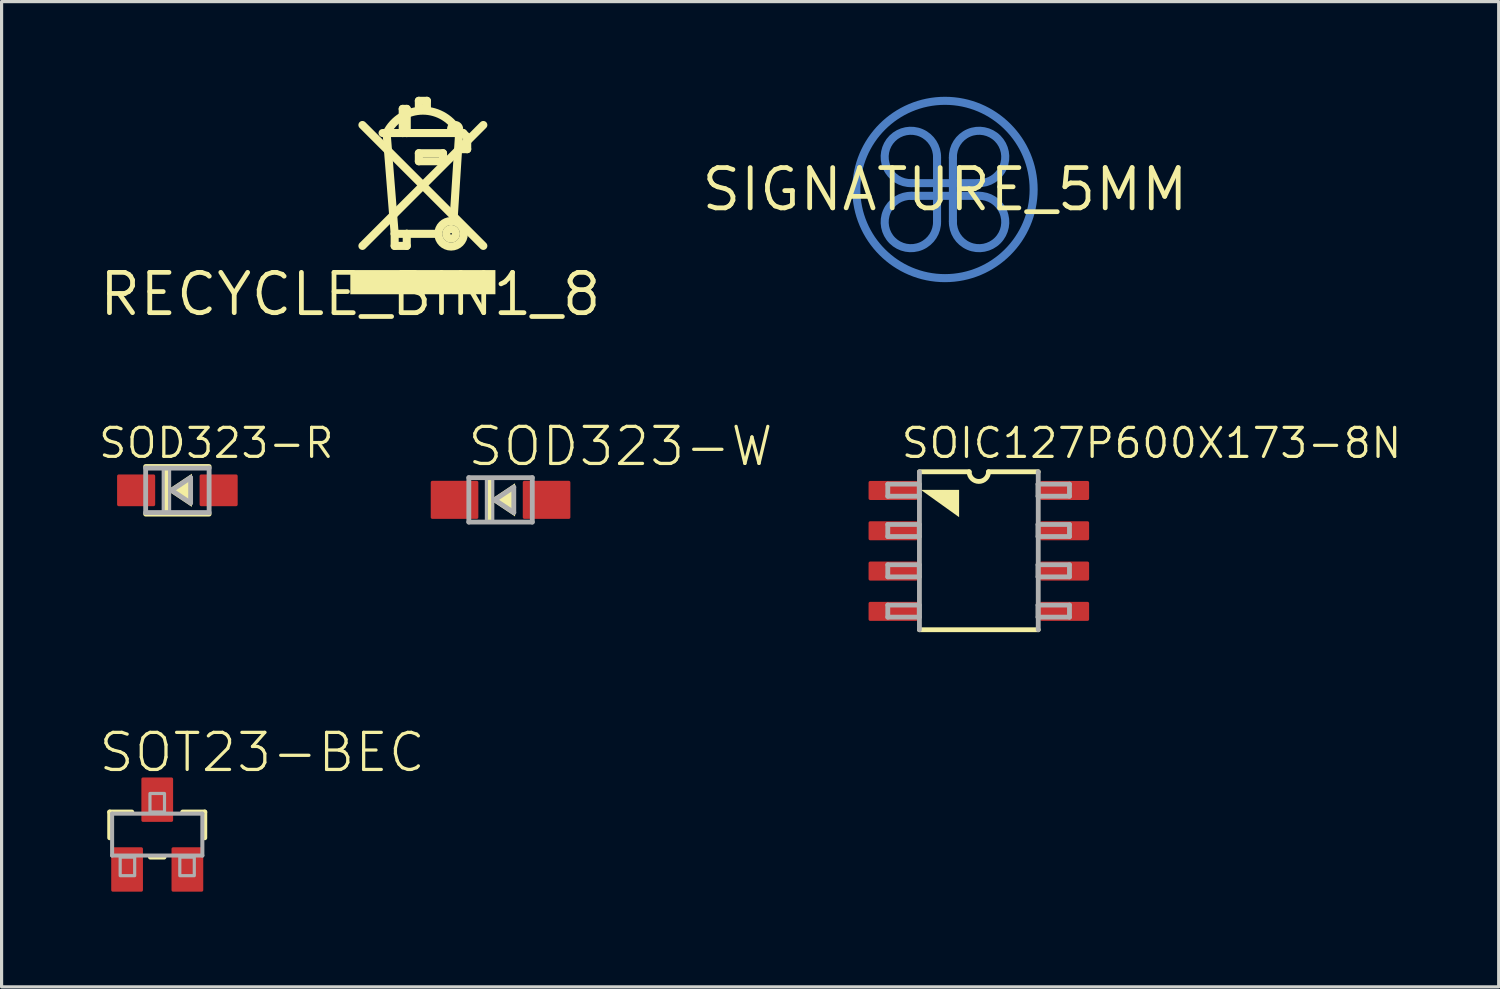
<source format=kicad_pcb>
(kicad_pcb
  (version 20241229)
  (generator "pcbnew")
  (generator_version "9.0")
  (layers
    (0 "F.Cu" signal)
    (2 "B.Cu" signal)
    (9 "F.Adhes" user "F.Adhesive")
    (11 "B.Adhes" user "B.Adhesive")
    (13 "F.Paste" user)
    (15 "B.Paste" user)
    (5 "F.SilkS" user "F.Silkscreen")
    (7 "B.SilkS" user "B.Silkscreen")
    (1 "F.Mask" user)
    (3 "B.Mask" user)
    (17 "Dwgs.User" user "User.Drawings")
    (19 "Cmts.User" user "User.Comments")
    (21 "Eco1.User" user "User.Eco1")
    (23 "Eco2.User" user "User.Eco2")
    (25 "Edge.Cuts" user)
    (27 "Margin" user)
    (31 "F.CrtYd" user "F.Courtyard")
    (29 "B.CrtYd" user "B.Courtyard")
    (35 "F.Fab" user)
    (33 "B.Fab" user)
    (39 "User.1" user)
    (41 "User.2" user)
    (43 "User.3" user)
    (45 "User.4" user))
  (footprint "RECYCLE_BIN1_8"
    (layer "F.Cu")
    (at 7.99 6.223)
    (property "Reference" "RECYCLE_BIN1_8" (at 0 0 0) (layer "F.SilkS") (effects (font (size 1.27 1.27) (thickness 0.15))))
    (fp_line (start 0.381 -5.334) (end 4.191 -1.524) (stroke (width 0.254) (type solid)) (layer "F.SilkS"))
    (fp_line (start 1.143 -5.08) (end 1.016 -5.08) (stroke (width 0.254) (type solid)) (layer "F.SilkS"))
    (fp_line (start 1.143 -5.08) (end 1.651 -5.08) (stroke (width 0.254) (type solid)) (layer "F.SilkS"))
    (fp_line (start 1.397 -1.905) (end 1.143 -5.08) (stroke (width 0.254) (type solid)) (layer "F.SilkS"))
    (fp_line (start 1.397 -1.905) (end 1.397 -1.524) (stroke (width 0.254) (type solid)) (layer "F.SilkS"))
    (fp_line (start 1.397 -1.524) (end 1.778 -1.524) (stroke (width 0.254) (type solid)) (layer "F.SilkS"))
    (fp_line (start 1.651 -5.842) (end 1.651 -5.08) (stroke (width 0.254) (type solid)) (layer "F.SilkS"))
    (fp_line (start 1.651 -5.842) (end 1.778 -5.842) (stroke (width 0.254) (type solid)) (layer "F.SilkS"))
    (fp_line (start 1.651 -5.08) (end 1.778 -5.08) (stroke (width 0.254) (type solid)) (layer "F.SilkS"))
    (fp_line (start 1.778 -5.842) (end 1.778 -5.08) (stroke (width 0.254) (type solid)) (layer "F.SilkS"))
    (fp_line (start 1.778 -5.08) (end 3.429 -5.08) (stroke (width 0.254) (type solid)) (layer "F.SilkS"))
    (fp_line (start 1.778 -1.905) (end 1.397 -1.905) (stroke (width 0.254) (type solid)) (layer "F.SilkS"))
    (fp_line (start 1.778 -1.524) (end 1.778 -1.905) (stroke (width 0.254) (type solid)) (layer "F.SilkS"))
    (fp_line (start 2.159 -6.096) (end 2.159 -5.842) (stroke (width 0.254) (type solid)) (layer "F.SilkS"))
    (fp_line (start 2.159 -5.842) (end 2.413 -5.842) (stroke (width 0.254) (type solid)) (layer "F.SilkS"))
    (fp_line (start 2.159 -4.445) (end 2.159 -4.191) (stroke (width 0.254) (type solid)) (layer "F.SilkS"))
    (fp_line (start 2.159 -4.191) (end 2.921 -4.191) (stroke (width 0.254) (type solid)) (layer "F.SilkS"))
    (fp_line (start 2.413 -6.096) (end 2.159 -6.096) (stroke (width 0.254) (type solid)) (layer "F.SilkS"))
    (fp_line (start 2.413 -5.842) (end 2.413 -6.096) (stroke (width 0.254) (type solid)) (layer "F.SilkS"))
    (fp_line (start 2.769 -1.905) (end 1.778 -1.905) (stroke (width 0.254) (type solid)) (layer "F.SilkS"))
    (fp_line (start 2.921 -4.445) (end 2.159 -4.445) (stroke (width 0.254) (type solid)) (layer "F.SilkS"))
    (fp_line (start 2.921 -4.191) (end 2.921 -4.445) (stroke (width 0.254) (type solid)) (layer "F.SilkS"))
    (fp_line (start 3.429 -5.08) (end 3.251 -2.311) (stroke (width 0.254) (type solid)) (layer "F.SilkS"))
    (fp_line (start 3.429 -5.08) (end 3.556 -5.08) (stroke (width 0.254) (type solid)) (layer "F.SilkS"))
    (fp_line (start 3.429 -4.572) (end 0.381 -1.524) (stroke (width 0.254) (type solid)) (layer "F.SilkS"))
    (fp_line (start 3.556 -5.08) (end 3.683 -4.953) (stroke (width 0.254) (type solid)) (layer "F.SilkS"))
    (fp_line (start 3.683 -4.953) (end 3.683 -4.572) (stroke (width 0.254) (type solid)) (layer "F.SilkS"))
    (fp_line (start 3.683 -4.572) (end 3.429 -4.572) (stroke (width 0.254) (type solid)) (layer "F.SilkS"))
    (fp_line (start 4.191 -5.334) (end 3.429 -4.572) (stroke (width 0.254) (type solid)) (layer "F.SilkS"))
    (fp_arc (start 1.143 -5.08) (mid 2.286 -5.786413) (end 3.429 -5.08) (stroke (width 0.254) (type solid)) (layer "F.SilkS"))
    (fp_circle (center 3.175 -1.905) (end 3.2 -1.905) (stroke (width 0.254) (type solid)) (fill no) (layer "F.SilkS"))
    (fp_circle (center 3.175 -1.905) (end 3.577 -1.905) (stroke (width 0.254) (type solid)) (fill no) (layer "F.SilkS"))
    (fp_circle (center 3.302 -5.207) (end 3.429 -5.207) (stroke (width 0.254) (type solid)) (fill no) (layer "F.SilkS"))
    (fp_poly (pts (xy 0 0) (xy 4.572 0) (xy 4.572 -0.762) (xy 0 -0.762)) (stroke (width 0) (type solid)) (fill yes) (layer "F.SilkS")))
  (footprint "SOD323-W"
    (layer "F.Cu")
    (at 12.724 12.702)
    (property "Reference" "SOD323-W" (at -1.1 -1 0) (layer "F.SilkS") (effects (font (size 1.168 1.168) (thickness 0.102)) (justify left bottom)))
    (fp_poly (pts (xy 0.457 0.523) (xy -0.328 0) (xy 0.457 -0.523)) (stroke (width 0) (type solid)) (fill yes) (layer "F.SilkS"))
    (fp_poly (pts (xy -0.446 0.7) (xy -0.246 0.7) (xy -0.246 -0.7) (xy -0.446 -0.7)) (stroke (width 0) (type solid)) (fill yes) (layer "F.SilkS"))
    (fp_line (start -1 -0.7) (end 1 -0.7) (stroke (width 0.152) (type solid)) (layer "F.Fab"))
    (fp_line (start -1 0.7) (end -1 -0.7) (stroke (width 0.152) (type solid)) (layer "F.Fab"))
    (fp_line (start -0.182 0) (end 0.417 -0.4) (stroke (width 0.152) (type solid)) (layer "F.Fab"))
    (fp_line (start 0.417 -0.4) (end 0.417 0.4) (stroke (width 0.152) (type solid)) (layer "F.Fab"))
    (fp_line (start 0.417 0.4) (end -0.182 0) (stroke (width 0.152) (type solid)) (layer "F.Fab"))
    (fp_line (start 1 -0.7) (end 1 0.7) (stroke (width 0.152) (type solid)) (layer "F.Fab"))
    (fp_line (start 1 0.7) (end -1 0.7) (stroke (width 0.152) (type solid)) (layer "F.Fab"))
    (fp_poly (pts (xy -0.446 0.7) (xy -0.246 0.7) (xy -0.246 -0.7) (xy -0.446 -0.7)) (stroke (width 0.1) (type solid)) (fill no) (layer "F.Fab"))
    (pad "A" smd roundrect (at 1.45 0) (size 1.5 1.2) (layers "F.Cu" "F.Mask" "F.Paste") (roundrect_rratio 0.042))
    (pad "C" smd roundrect (at -1.45 0) (size 1.5 1.2) (layers "F.Cu" "F.Mask" "F.Paste") (roundrect_rratio 0.042)))
  (footprint "SIGNATURE_5MM"
    (layer "F.Cu")
    (at 26.729 2.921)
    (property "Reference" "SIGNATURE_5MM" (at 0 0 0) (layer "F.SilkS") (effects (font (size 1.27 1.27) (thickness 0.15))))
    (fp_line (start -1.05 -0.2) (end 1.05 -0.2) (stroke (width 0.254) (type solid)) (layer "B.Cu"))
    (fp_line (start -1.05 0.2) (end 1.05 0.2) (stroke (width 0.254) (type solid)) (layer "B.Cu"))
    (fp_line (start -0.25 -1) (end -0.25 1) (stroke (width 0.254) (type solid)) (layer "B.Cu"))
    (fp_line (start 0.25 -1) (end 0.25 1) (stroke (width 0.254) (type solid)) (layer "B.Cu"))
    (fp_arc (start -1.05 -0.2) (mid -1.658623 -1.608625) (end -0.25 -0.999998) (stroke (width 0.254) (type solid)) (layer "B.Cu"))
    (fp_arc (start -0.25 1) (mid -1.658625 1.608623) (end -1.049998 0.2) (stroke (width 0.254) (type solid)) (layer "B.Cu"))
    (fp_arc (start 0.25 -1) (mid 1.658625 -1.608623) (end 1.049998 -0.2) (stroke (width 0.254) (type solid)) (layer "B.Cu"))
    (fp_arc (start 1.05 0.2) (mid 1.658623 1.608625) (end 0.25 0.999998) (stroke (width 0.254) (type solid)) (layer "B.Cu"))
    (fp_circle (center 0 0) (end 2.794 0) (stroke (width 0.254) (type solid)) (fill no) (layer "B.Cu")))
  (footprint "SOD323-R"
    (layer "F.Cu")
    (at 2.54 12.401)
    (property "Reference" "SOD323-R" (at -2.54 -0.953 0) (layer "F.SilkS") (effects (font (size 0.914 0.914) (thickness 0.102)) (justify left bottom)))
    (fp_line (start -1 -0.75) (end 1 -0.75) (stroke (width 0.152) (type solid)) (layer "F.SilkS"))
    (fp_line (start 1 0.75) (end -1 0.75) (stroke (width 0.152) (type solid)) (layer "F.SilkS"))
    (fp_poly (pts (xy 0.457 0.523) (xy -0.328 0) (xy 0.457 -0.523)) (stroke (width 0) (type solid)) (fill yes) (layer "F.SilkS"))
    (fp_poly (pts (xy -0.446 0.7) (xy -0.246 0.7) (xy -0.246 -0.7) (xy -0.446 -0.7)) (stroke (width 0) (type solid)) (fill yes) (layer "F.SilkS"))
    (fp_line (start -1 -0.7) (end 1 -0.7) (stroke (width 0.152) (type solid)) (layer "F.Fab"))
    (fp_line (start -1 0.7) (end -1 -0.7) (stroke (width 0.152) (type solid)) (layer "F.Fab"))
    (fp_line (start -0.182 0) (end 0.417 -0.4) (stroke (width 0.152) (type solid)) (layer "F.Fab"))
    (fp_line (start 0.417 -0.4) (end 0.417 0.4) (stroke (width 0.152) (type solid)) (layer "F.Fab"))
    (fp_line (start 0.417 0.4) (end -0.182 0) (stroke (width 0.152) (type solid)) (layer "F.Fab"))
    (fp_line (start 1 -0.7) (end 1 0.7) (stroke (width 0.152) (type solid)) (layer "F.Fab"))
    (fp_line (start 1 0.7) (end -1 0.7) (stroke (width 0.152) (type solid)) (layer "F.Fab"))
    (fp_poly (pts (xy -0.446 0.7) (xy -0.246 0.7) (xy -0.246 -0.7) (xy -0.446 -0.7)) (stroke (width 0.1) (type solid)) (fill no) (layer "F.Fab"))
    (pad "A" smd roundrect (at 1.3 0) (size 1.2 1) (layers "F.Cu" "F.Mask" "F.Paste") (roundrect_rratio 0.051))
    (pad "C" smd roundrect (at -1.3 0) (size 1.2 1) (layers "F.Cu" "F.Mask" "F.Paste") (roundrect_rratio 0.051)))
  (footprint "SOIC127P600X173-8N"
    (layer "F.Cu")
    (at 27.796 14.306)
    (property "Reference" "SOIC127P600X173-8N" (at -2.502 -2.857 0) (layer "F.SilkS") (effects (font (size 0.914 0.914) (thickness 0.102)) (justify left bottom)))
    (fp_line (start -1.872 2.489) (end 1.872 2.489) (stroke (width 0.152) (type solid)) (layer "F.SilkS"))
    (fp_line (start -0.305 -2.489) (end -1.872 -2.489) (stroke (width 0.152) (type solid)) (layer "F.SilkS"))
    (fp_line (start 1.872 -2.489) (end 0.305 -2.489) (stroke (width 0.152) (type solid)) (layer "F.SilkS"))
    (fp_arc (start 0.3048 -2.4892) (mid 0 -2.1844) (end -0.3048 -2.4892) (stroke (width 0.1524) (type solid)) (layer "F.SilkS"))
    (fp_poly (pts (xy -0.622 -1.058) (xy -1.825 -1.918) (xy -0.622 -1.918)) (stroke (width 0) (type solid)) (fill yes) (layer "F.SilkS"))
    (fp_line (start -2.869 -2.099) (end -2.869 -1.718) (stroke (width 0.152) (type solid)) (layer "F.Fab"))
    (fp_line (start -2.869 -1.718) (end -1.878 -1.718) (stroke (width 0.152) (type solid)) (layer "F.Fab"))
    (fp_line (start -2.869 -0.829) (end -2.869 -0.448) (stroke (width 0.152) (type solid)) (layer "F.Fab"))
    (fp_line (start -2.869 -0.448) (end -1.878 -0.448) (stroke (width 0.152) (type solid)) (layer "F.Fab"))
    (fp_line (start -2.869 0.441) (end -2.869 0.822) (stroke (width 0.152) (type solid)) (layer "F.Fab"))
    (fp_line (start -2.869 0.822) (end -1.878 0.822) (stroke (width 0.152) (type solid)) (layer "F.Fab"))
    (fp_line (start -2.869 1.711) (end -2.869 2.092) (stroke (width 0.152) (type solid)) (layer "F.Fab"))
    (fp_line (start -2.869 2.092) (end -1.878 2.092) (stroke (width 0.152) (type solid)) (layer "F.Fab"))
    (fp_line (start -1.878 -2.099) (end -2.869 -2.099) (stroke (width 0.152) (type solid)) (layer "F.Fab"))
    (fp_line (start -1.878 -1.718) (end -1.878 -2.099) (stroke (width 0.152) (type solid)) (layer "F.Fab"))
    (fp_line (start -1.878 -0.829) (end -2.869 -0.829) (stroke (width 0.152) (type solid)) (layer "F.Fab"))
    (fp_line (start -1.878 -0.448) (end -1.878 -0.829) (stroke (width 0.152) (type solid)) (layer "F.Fab"))
    (fp_line (start -1.878 0.441) (end -2.869 0.441) (stroke (width 0.152) (type solid)) (layer "F.Fab"))
    (fp_line (start -1.878 0.822) (end -1.878 0.441) (stroke (width 0.152) (type solid)) (layer "F.Fab"))
    (fp_line (start -1.878 1.711) (end -2.869 1.711) (stroke (width 0.152) (type solid)) (layer "F.Fab"))
    (fp_line (start -1.878 2.092) (end -1.878 1.711) (stroke (width 0.152) (type solid)) (layer "F.Fab"))
    (fp_line (start -1.872 2.489) (end -1.872 -2.489) (stroke (width 0.152) (type solid)) (layer "F.Fab"))
    (fp_line (start 1.865 -2.099) (end 1.865 -1.718) (stroke (width 0.152) (type solid)) (layer "F.Fab"))
    (fp_line (start 1.865 -1.718) (end 2.856 -1.718) (stroke (width 0.152) (type solid)) (layer "F.Fab"))
    (fp_line (start 1.865 -0.829) (end 1.865 -0.448) (stroke (width 0.152) (type solid)) (layer "F.Fab"))
    (fp_line (start 1.865 -0.448) (end 2.856 -0.448) (stroke (width 0.152) (type solid)) (layer "F.Fab"))
    (fp_line (start 1.865 0.441) (end 1.865 0.822) (stroke (width 0.152) (type solid)) (layer "F.Fab"))
    (fp_line (start 1.865 0.822) (end 2.856 0.822) (stroke (width 0.152) (type solid)) (layer "F.Fab"))
    (fp_line (start 1.865 1.711) (end 1.865 2.092) (stroke (width 0.152) (type solid)) (layer "F.Fab"))
    (fp_line (start 1.865 2.092) (end 2.856 2.092) (stroke (width 0.152) (type solid)) (layer "F.Fab"))
    (fp_line (start 1.872 2.489) (end 1.872 -2.489) (stroke (width 0.152) (type solid)) (layer "F.Fab"))
    (fp_line (start 2.856 -2.099) (end 1.865 -2.099) (stroke (width 0.152) (type solid)) (layer "F.Fab"))
    (fp_line (start 2.856 -1.718) (end 2.856 -2.099) (stroke (width 0.152) (type solid)) (layer "F.Fab"))
    (fp_line (start 2.856 -0.829) (end 1.865 -0.829) (stroke (width 0.152) (type solid)) (layer "F.Fab"))
    (fp_line (start 2.856 -0.448) (end 2.856 -0.829) (stroke (width 0.152) (type solid)) (layer "F.Fab"))
    (fp_line (start 2.856 0.441) (end 1.865 0.441) (stroke (width 0.152) (type solid)) (layer "F.Fab"))
    (fp_line (start 2.856 0.822) (end 2.856 0.441) (stroke (width 0.152) (type solid)) (layer "F.Fab"))
    (fp_line (start 2.856 1.711) (end 1.865 1.711) (stroke (width 0.152) (type solid)) (layer "F.Fab"))
    (fp_line (start 2.856 2.092) (end 2.856 1.711) (stroke (width 0.152) (type solid)) (layer "F.Fab"))
    (pad "1" smd roundrect (at -2.7 -1.9) (size 1.55 0.6) (layers "F.Cu" "F.Mask" "F.Paste") (roundrect_rratio 0.085))
    (pad "2" smd roundrect (at -2.7 -0.63) (size 1.55 0.6) (layers "F.Cu" "F.Mask" "F.Paste") (roundrect_rratio 0.085))
    (pad "3" smd roundrect (at -2.7 0.64) (size 1.55 0.6) (layers "F.Cu" "F.Mask" "F.Paste") (roundrect_rratio 0.085))
    (pad "4" smd roundrect (at -2.7 1.91) (size 1.55 0.6) (layers "F.Cu" "F.Mask" "F.Paste") (roundrect_rratio 0.085))
    (pad "5" smd roundrect (at 2.7 1.91) (size 1.55 0.6) (layers "F.Cu" "F.Mask" "F.Paste") (roundrect_rratio 0.085))
    (pad "6" smd roundrect (at 2.7 0.64) (size 1.55 0.6) (layers "F.Cu" "F.Mask" "F.Paste") (roundrect_rratio 0.085))
    (pad "7" smd roundrect (at 2.7 -0.63) (size 1.55 0.6) (layers "F.Cu" "F.Mask" "F.Paste") (roundrect_rratio 0.085))
    (pad "8" smd roundrect (at 2.7 -1.9) (size 1.55 0.6) (layers "F.Cu" "F.Mask" "F.Paste") (roundrect_rratio 0.085)))
  (footprint "SOT23-BEC"
    (layer "F.Cu")
    (at 1.905 23.25)
    (property "Reference" "SOT23-BEC" (at -1.905 -1.905 0) (layer "F.SilkS") (effects (font (size 1.168 1.168) (thickness 0.102)) (justify left bottom)))
    (fp_line (start -1.499 -0.711) (end -1.499 0.102) (stroke (width 0.152) (type solid)) (layer "F.SilkS"))
    (fp_line (start -0.8 -0.711) (end -1.499 -0.711) (stroke (width 0.152) (type solid)) (layer "F.SilkS"))
    (fp_line (start -0.216 0.711) (end 0.216 0.711) (stroke (width 0.152) (type solid)) (layer "F.SilkS"))
    (fp_line (start 1.499 -0.711) (end 0.8 -0.711) (stroke (width 0.152) (type solid)) (layer "F.SilkS"))
    (fp_line (start 1.499 0.102) (end 1.499 -0.711) (stroke (width 0.152) (type solid)) (layer "F.SilkS"))
    (fp_line (start -1.422 -0.66) (end 1.422 -0.66) (stroke (width 0.127) (type solid)) (layer "F.Fab"))
    (fp_line (start -1.422 0.66) (end -1.422 -0.66) (stroke (width 0.127) (type solid)) (layer "F.Fab"))
    (fp_line (start 1.422 -0.66) (end 1.422 0.66) (stroke (width 0.127) (type solid)) (layer "F.Fab"))
    (fp_line (start 1.422 0.66) (end -1.422 0.66) (stroke (width 0.127) (type solid)) (layer "F.Fab"))
    (fp_poly (pts (xy -1.168 1.295) (xy -0.711 1.295) (xy -0.711 0.711) (xy -1.168 0.711)) (stroke (width 0.1) (type solid)) (fill no) (layer "F.Fab"))
    (fp_poly (pts (xy -0.229 -0.711) (xy 0.229 -0.711) (xy 0.229 -1.295) (xy -0.229 -1.295)) (stroke (width 0.1) (type solid)) (fill no) (layer "F.Fab"))
    (fp_poly (pts (xy 0.711 1.295) (xy 1.168 1.295) (xy 1.168 0.711) (xy 0.711 0.711)) (stroke (width 0.1) (type solid)) (fill no) (layer "F.Fab"))
    (pad "B" smd roundrect (at -0.95 1.1) (size 1 1.4) (layers "F.Cu" "F.Mask" "F.Paste") (roundrect_rratio 0.051))
    (pad "C" smd roundrect (at 0 -1.1) (size 1 1.4) (layers "F.Cu" "F.Mask" "F.Paste") (roundrect_rratio 0.051))
    (pad "E" smd roundrect (at 0.95 1.1) (size 1 1.4) (layers "F.Cu" "F.Mask" "F.Paste") (roundrect_rratio 0.051)))
  (gr_rect
    (start -3 -3)
    (end 44.178 28.049)
    (stroke (width 0.1) (type default))
    (fill no)
    (layer "Edge.Cuts")))
</source>
